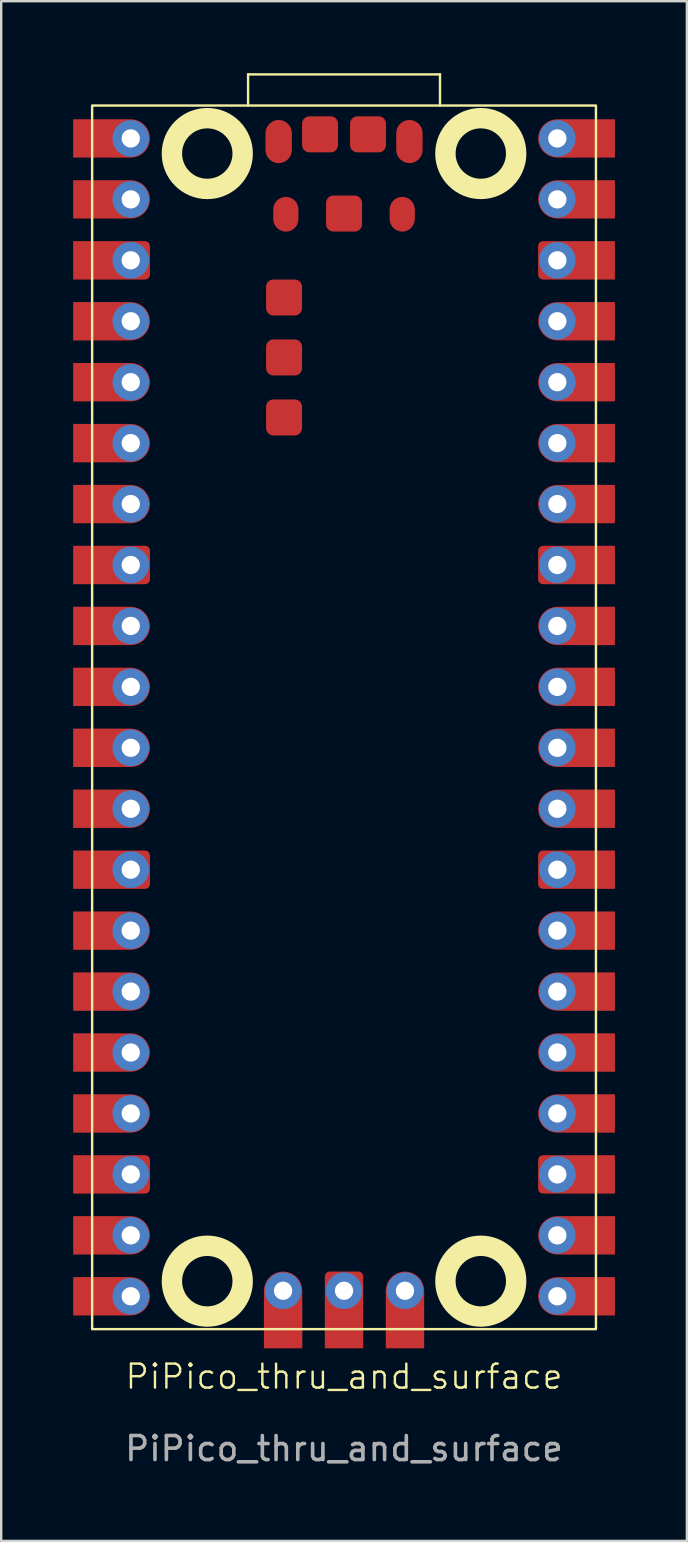
<source format=kicad_pcb>
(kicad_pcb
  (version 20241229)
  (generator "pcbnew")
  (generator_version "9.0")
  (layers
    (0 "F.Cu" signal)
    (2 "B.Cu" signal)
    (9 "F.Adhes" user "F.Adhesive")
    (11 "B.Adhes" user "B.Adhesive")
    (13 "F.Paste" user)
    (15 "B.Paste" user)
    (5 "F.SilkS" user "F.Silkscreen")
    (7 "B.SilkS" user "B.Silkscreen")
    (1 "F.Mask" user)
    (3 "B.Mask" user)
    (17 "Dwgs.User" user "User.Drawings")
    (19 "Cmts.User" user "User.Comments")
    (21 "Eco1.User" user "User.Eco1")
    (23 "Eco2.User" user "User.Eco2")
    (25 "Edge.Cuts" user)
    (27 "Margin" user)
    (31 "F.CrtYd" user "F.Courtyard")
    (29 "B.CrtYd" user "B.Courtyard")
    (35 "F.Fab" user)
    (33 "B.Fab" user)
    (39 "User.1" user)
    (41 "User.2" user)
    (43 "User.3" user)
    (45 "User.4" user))
  (footprint "PiPico_thru_and_surface"
    (layer "F.Cu")
    (at 11.29 26.85)
    (property "Reference" "PiPico_thru_and_surface" (at 0 27.48 0) (unlocked yes) (layer "F.SilkS") (effects (font (size 1 1) (thickness 0.1))))
    (attr through_hole)
    (fp_line (start -4 -26.8) (end 4 -26.8) (stroke (width 0.1) (type default)) (layer "F.SilkS"))
    (fp_line (start -4 -25.5) (end -4 -26.8) (stroke (width 0.1) (type default)) (layer "F.SilkS"))
    (fp_line (start 4 -26.8) (end 4 -25.5) (stroke (width 0.1) (type default)) (layer "F.SilkS"))
    (fp_rect (start -10.5 -25.5) (end 10.5 25.5) (stroke (width 0.1) (type default)) (fill no) (layer "F.SilkS"))
    (fp_circle (center -5.7 -23.5) (end -4.225 -23.5) (stroke (width 0.85) (type default)) (fill no) (layer "F.SilkS"))
    (fp_circle (center -5.7 23.5) (end -4.225 23.5) (stroke (width 0.85) (type default)) (fill no) (layer "F.SilkS"))
    (fp_circle (center 5.7 -23.5) (end 7.175 -23.5) (stroke (width 0.85) (type default)) (fill no) (layer "F.SilkS"))
    (fp_circle (center 5.7 23.5) (end 7.175 23.5) (stroke (width 0.85) (type default)) (fill no) (layer "F.SilkS"))
    (fp_text user "${REFERENCE}" (at 0 30.48 0) (unlocked yes) (layer "F.Fab") (effects (font (size 1 1) (thickness 0.15))))
    (pad "1" smd roundrect (at -9.69 -24.13) (size 3.2 1.6) (layers "F.Cu" "F.Mask" "F.Paste") (roundrect_rratio 0.5) (chamfer_ratio 0) (chamfer top_left bottom_left))
    (pad "1" thru_hole circle (at -8.89 -24.13) (size 1.524 1.524) (drill 0.762) (layers "*.Cu" "*.Mask"))
    (pad "2" smd roundrect (at -9.69 -21.59) (size 3.2 1.6) (layers "F.Cu" "F.Mask" "F.Paste") (roundrect_rratio 0.5) (chamfer_ratio 0) (chamfer top_left bottom_left))
    (pad "2" thru_hole circle (at -8.89 -21.59) (size 1.524 1.524) (drill 0.762) (layers "*.Cu" "*.Mask"))
    (pad "3" smd roundrect (at -9.69 -19.05) (size 3.2 1.6) (layers "F.Cu" "F.Mask" "F.Paste") (roundrect_rratio 0.125) (chamfer_ratio 0) (chamfer top_left bottom_left))
    (pad "3" thru_hole circle (at -8.89 -19.05) (size 1.524 1.524) (drill 0.762) (layers "*.Cu" "*.Mask"))
    (pad "4" smd roundrect (at -9.69 -16.51) (size 3.2 1.6) (layers "F.Cu" "F.Mask" "F.Paste") (roundrect_rratio 0.5) (chamfer_ratio 0) (chamfer top_left bottom_left))
    (pad "4" thru_hole circle (at -8.89 -16.51) (size 1.524 1.524) (drill 0.762) (layers "*.Cu" "*.Mask"))
    (pad "5" smd roundrect (at -9.69 -13.97) (size 3.2 1.6) (layers "F.Cu" "F.Mask" "F.Paste") (roundrect_rratio 0.5) (chamfer_ratio 0) (chamfer top_left bottom_left))
    (pad "5" thru_hole circle (at -8.89 -13.97) (size 1.524 1.524) (drill 0.762) (layers "*.Cu" "*.Mask"))
    (pad "6" smd roundrect (at -9.69 -11.43) (size 3.2 1.6) (layers "F.Cu" "F.Mask" "F.Paste") (roundrect_rratio 0.5) (chamfer_ratio 0) (chamfer top_left bottom_left))
    (pad "6" thru_hole circle (at -8.89 -11.43) (size 1.524 1.524) (drill 0.762) (layers "*.Cu" "*.Mask"))
    (pad "7" smd roundrect (at -9.69 -8.89) (size 3.2 1.6) (layers "F.Cu" "F.Mask" "F.Paste") (roundrect_rratio 0.5) (chamfer_ratio 0) (chamfer top_left bottom_left))
    (pad "7" thru_hole circle (at -8.89 -8.89) (size 1.524 1.524) (drill 0.762) (layers "*.Cu" "*.Mask"))
    (pad "8" smd roundrect (at -9.69 -6.35) (size 3.2 1.6) (layers "F.Cu" "F.Mask" "F.Paste") (roundrect_rratio 0.125) (chamfer_ratio 0) (chamfer top_left bottom_left))
    (pad "8" thru_hole circle (at -8.89 -6.35) (size 1.524 1.524) (drill 0.762) (layers "*.Cu" "*.Mask"))
    (pad "9" smd roundrect (at -9.69 -3.81) (size 3.2 1.6) (layers "F.Cu" "F.Mask" "F.Paste") (roundrect_rratio 0.5) (chamfer_ratio 0) (chamfer top_left bottom_left))
    (pad "9" thru_hole circle (at -8.89 -3.81) (size 1.524 1.524) (drill 0.762) (layers "*.Cu" "*.Mask"))
    (pad "10" smd roundrect (at -9.69 -1.27) (size 3.2 1.6) (layers "F.Cu" "F.Mask" "F.Paste") (roundrect_rratio 0.5) (chamfer_ratio 0) (chamfer top_left bottom_left))
    (pad "10" thru_hole circle (at -8.89 -1.27) (size 1.524 1.524) (drill 0.762) (layers "*.Cu" "*.Mask"))
    (pad "11" smd roundrect (at -9.69 1.27) (size 3.2 1.6) (layers "F.Cu" "F.Mask" "F.Paste") (roundrect_rratio 0.5) (chamfer_ratio 0) (chamfer top_left bottom_left))
    (pad "11" thru_hole circle (at -8.89 1.27) (size 1.524 1.524) (drill 0.762) (layers "*.Cu" "*.Mask"))
    (pad "12" smd roundrect (at -9.69 3.81) (size 3.2 1.6) (layers "F.Cu" "F.Mask" "F.Paste") (roundrect_rratio 0.5) (chamfer_ratio 0) (chamfer top_left bottom_left))
    (pad "12" thru_hole circle (at -8.89 3.81) (size 1.524 1.524) (drill 0.762) (layers "*.Cu" "*.Mask"))
    (pad "13" smd roundrect (at -9.69 6.35) (size 3.2 1.6) (layers "F.Cu" "F.Mask" "F.Paste") (roundrect_rratio 0.125) (chamfer_ratio 0) (chamfer top_left bottom_left))
    (pad "13" thru_hole circle (at -8.89 6.35) (size 1.524 1.524) (drill 0.762) (layers "*.Cu" "*.Mask"))
    (pad "14" smd roundrect (at -9.69 8.89) (size 3.2 1.6) (layers "F.Cu" "F.Mask" "F.Paste") (roundrect_rratio 0.5) (chamfer_ratio 0) (chamfer top_left bottom_left))
    (pad "14" thru_hole circle (at -8.89 8.89) (size 1.524 1.524) (drill 0.762) (layers "*.Cu" "*.Mask"))
    (pad "15" smd roundrect (at -9.69 11.43) (size 3.2 1.6) (layers "F.Cu" "F.Mask" "F.Paste") (roundrect_rratio 0.5) (chamfer_ratio 0) (chamfer top_left bottom_left))
    (pad "15" thru_hole circle (at -8.89 11.43) (size 1.524 1.524) (drill 0.762) (layers "*.Cu" "*.Mask"))
    (pad "16" smd roundrect (at -9.69 13.97) (size 3.2 1.6) (layers "F.Cu" "F.Mask" "F.Paste") (roundrect_rratio 0.5) (chamfer_ratio 0) (chamfer top_left bottom_left))
    (pad "16" thru_hole circle (at -8.89 13.97) (size 1.524 1.524) (drill 0.762) (layers "*.Cu" "*.Mask"))
    (pad "17" smd roundrect (at -9.69 16.51) (size 3.2 1.6) (layers "F.Cu" "F.Mask" "F.Paste") (roundrect_rratio 0.5) (chamfer_ratio 0) (chamfer top_left bottom_left))
    (pad "17" thru_hole circle (at -8.89 16.51) (size 1.524 1.524) (drill 0.762) (layers "*.Cu" "*.Mask"))
    (pad "18" smd roundrect (at -9.69 19.05) (size 3.2 1.6) (layers "F.Cu" "F.Mask" "F.Paste") (roundrect_rratio 0.125) (chamfer_ratio 0) (chamfer top_left bottom_left))
    (pad "18" thru_hole circle (at -8.89 19.05) (size 1.524 1.524) (drill 0.762) (layers "*.Cu" "*.Mask"))
    (pad "19" smd roundrect (at -9.69 21.59) (size 3.2 1.6) (layers "F.Cu" "F.Mask" "F.Paste") (roundrect_rratio 0.5) (chamfer_ratio 0) (chamfer top_left bottom_left))
    (pad "19" thru_hole circle (at -8.89 21.59) (size 1.524 1.524) (drill 0.762) (layers "*.Cu" "*.Mask"))
    (pad "20" smd roundrect (at -9.69 24.13) (size 3.2 1.6) (layers "F.Cu" "F.Mask" "F.Paste") (roundrect_rratio 0.5) (chamfer_ratio 0) (chamfer top_left bottom_left))
    (pad "20" thru_hole circle (at -8.89 24.13) (size 1.524 1.524) (drill 0.762) (layers "*.Cu" "*.Mask"))
    (pad "21" thru_hole circle (at 8.89 24.13) (size 1.524 1.524) (drill 0.762) (layers "*.Cu" "*.Mask"))
    (pad "21" smd roundrect (at 9.69 24.13 180) (size 3.2 1.6) (layers "F.Cu" "F.Mask" "F.Paste") (roundrect_rratio 0.5) (chamfer_ratio 0) (chamfer top_left bottom_left))
    (pad "22" thru_hole circle (at 8.89 21.59) (size 1.524 1.524) (drill 0.762) (layers "*.Cu" "*.Mask"))
    (pad "22" smd roundrect (at 9.69 21.59 180) (size 3.2 1.6) (layers "F.Cu" "F.Mask" "F.Paste") (roundrect_rratio 0.5) (chamfer_ratio 0) (chamfer top_left bottom_left))
    (pad "23" thru_hole circle (at 8.89 19.05) (size 1.524 1.524) (drill 0.762) (layers "*.Cu" "*.Mask"))
    (pad "23" smd roundrect (at 9.69 19.05 180) (size 3.2 1.6) (layers "F.Cu" "F.Mask" "F.Paste") (roundrect_rratio 0.125) (chamfer_ratio 0) (chamfer top_left bottom_left))
    (pad "24" thru_hole circle (at 8.89 16.51) (size 1.524 1.524) (drill 0.762) (layers "*.Cu" "*.Mask"))
    (pad "24" smd roundrect (at 9.69 16.51 180) (size 3.2 1.6) (layers "F.Cu" "F.Mask" "F.Paste") (roundrect_rratio 0.5) (chamfer_ratio 0) (chamfer top_left bottom_left))
    (pad "25" thru_hole circle (at 8.89 13.97) (size 1.524 1.524) (drill 0.762) (layers "*.Cu" "*.Mask"))
    (pad "25" smd roundrect (at 9.69 13.97 180) (size 3.2 1.6) (layers "F.Cu" "F.Mask" "F.Paste") (roundrect_rratio 0.5) (chamfer_ratio 0) (chamfer top_left bottom_left))
    (pad "26" thru_hole circle (at 8.89 11.43) (size 1.524 1.524) (drill 0.762) (layers "*.Cu" "*.Mask"))
    (pad "26" smd roundrect (at 9.69 11.43 180) (size 3.2 1.6) (layers "F.Cu" "F.Mask" "F.Paste") (roundrect_rratio 0.5) (chamfer_ratio 0) (chamfer top_left bottom_left))
    (pad "27" thru_hole circle (at 8.89 8.89) (size 1.524 1.524) (drill 0.762) (layers "*.Cu" "*.Mask"))
    (pad "27" smd roundrect (at 9.69 8.89 180) (size 3.2 1.6) (layers "F.Cu" "F.Mask" "F.Paste") (roundrect_rratio 0.5) (chamfer_ratio 0) (chamfer top_left bottom_left))
    (pad "28" thru_hole circle (at 8.89 6.35) (size 1.524 1.524) (drill 0.762) (layers "*.Cu" "*.Mask"))
    (pad "28" smd roundrect (at 9.69 6.35 180) (size 3.2 1.6) (layers "F.Cu" "F.Mask" "F.Paste") (roundrect_rratio 0.125) (chamfer_ratio 0) (chamfer top_left bottom_left))
    (pad "29" thru_hole circle (at 8.89 3.81) (size 1.524 1.524) (drill 0.762) (layers "*.Cu" "*.Mask"))
    (pad "29" smd roundrect (at 9.69 3.81 180) (size 3.2 1.6) (layers "F.Cu" "F.Mask" "F.Paste") (roundrect_rratio 0.5) (chamfer_ratio 0) (chamfer top_left bottom_left))
    (pad "30" thru_hole circle (at 8.89 1.27) (size 1.524 1.524) (drill 0.762) (layers "*.Cu" "*.Mask"))
    (pad "30" smd roundrect (at 9.69 1.27 180) (size 3.2 1.6) (layers "F.Cu" "F.Mask" "F.Paste") (roundrect_rratio 0.5) (chamfer_ratio 0) (chamfer top_left bottom_left))
    (pad "31" thru_hole circle (at 8.89 -1.27) (size 1.524 1.524) (drill 0.762) (layers "*.Cu" "*.Mask"))
    (pad "31" smd roundrect (at 9.69 -1.27 180) (size 3.2 1.6) (layers "F.Cu" "F.Mask" "F.Paste") (roundrect_rratio 0.5) (chamfer_ratio 0) (chamfer top_left bottom_left))
    (pad "32" thru_hole circle (at 8.89 -3.81) (size 1.524 1.524) (drill 0.762) (layers "*.Cu" "*.Mask"))
    (pad "32" smd roundrect (at 9.69 -3.81 180) (size 3.2 1.6) (layers "F.Cu" "F.Mask" "F.Paste") (roundrect_rratio 0.5) (chamfer_ratio 0) (chamfer top_left bottom_left))
    (pad "33" thru_hole circle (at 8.89 -6.35) (size 1.524 1.524) (drill 0.762) (layers "*.Cu" "*.Mask"))
    (pad "33" smd roundrect (at 9.69 -6.35 180) (size 3.2 1.6) (layers "F.Cu" "F.Mask" "F.Paste") (roundrect_rratio 0.125) (chamfer_ratio 0) (chamfer top_left bottom_left))
    (pad "34" thru_hole circle (at 8.89 -8.89) (size 1.524 1.524) (drill 0.762) (layers "*.Cu" "*.Mask"))
    (pad "34" smd roundrect (at 9.69 -8.89 180) (size 3.2 1.6) (layers "F.Cu" "F.Mask" "F.Paste") (roundrect_rratio 0.5) (chamfer_ratio 0) (chamfer top_left bottom_left))
    (pad "35" thru_hole circle (at 8.89 -11.43) (size 1.524 1.524) (drill 0.762) (layers "*.Cu" "*.Mask"))
    (pad "35" smd roundrect (at 9.69 -11.43 180) (size 3.2 1.6) (layers "F.Cu" "F.Mask" "F.Paste") (roundrect_rratio 0.5) (chamfer_ratio 0) (chamfer top_left bottom_left))
    (pad "36" thru_hole circle (at 8.89 -13.97) (size 1.524 1.524) (drill 0.762) (layers "*.Cu" "*.Mask"))
    (pad "36" smd roundrect (at 9.69 -13.97 180) (size 3.2 1.6) (layers "F.Cu" "F.Mask" "F.Paste") (roundrect_rratio 0.5) (chamfer_ratio 0) (chamfer top_left bottom_left))
    (pad "37" thru_hole circle (at 8.89 -16.51) (size 1.524 1.524) (drill 0.762) (layers "*.Cu" "*.Mask"))
    (pad "37" smd roundrect (at 9.69 -16.51 180) (size 3.2 1.6) (layers "F.Cu" "F.Mask" "F.Paste") (roundrect_rratio 0.5) (chamfer_ratio 0) (chamfer top_left bottom_left))
    (pad "38" thru_hole circle (at 8.89 -19.05) (size 1.524 1.524) (drill 0.762) (layers "*.Cu" "*.Mask"))
    (pad "38" smd roundrect (at 9.69 -19.05 180) (size 3.2 1.6) (layers "F.Cu" "F.Mask" "F.Paste") (roundrect_rratio 0.125) (chamfer_ratio 0) (chamfer top_left bottom_left))
    (pad "39" thru_hole circle (at 8.89 -21.59) (size 1.524 1.524) (drill 0.762) (layers "*.Cu" "*.Mask"))
    (pad "39" smd roundrect (at 9.69 -21.59 180) (size 3.2 1.6) (layers "F.Cu" "F.Mask" "F.Paste") (roundrect_rratio 0.5) (chamfer_ratio 0) (chamfer top_left bottom_left))
    (pad "40" thru_hole circle (at 8.89 -24.13) (size 1.524 1.524) (drill 0.762) (layers "*.Cu" "*.Mask"))
    (pad "40" smd roundrect (at 9.69 -24.13 180) (size 3.2 1.6) (layers "F.Cu" "F.Mask" "F.Paste") (roundrect_rratio 0.5) (chamfer_ratio 0) (chamfer top_left bottom_left))
    (pad "A" smd roundrect (at -2.725 -24) (size 1.1 1.8) (layers "F.Cu" "F.Mask" "F.Paste") (roundrect_rratio 0.5))
    (pad "B" smd roundrect (at 2.725 -24 180) (size 1.1 1.8) (layers "F.Cu" "F.Mask" "F.Paste") (roundrect_rratio 0.5))
    (pad "C" smd roundrect (at -2.425 -20.97) (size 1.05 1.45) (layers "F.Cu" "F.Mask" "F.Paste") (roundrect_rratio 0.5))
    (pad "D" smd roundrect (at 2.425 -20.97) (size 1.05 1.45) (layers "F.Cu" "F.Mask" "F.Paste") (roundrect_rratio 0.5))
    (pad "D1" thru_hole circle (at -2.54 23.9) (size 1.524 1.524) (drill 0.762) (layers "*.Cu" "*.Mask"))
    (pad "D1" smd roundrect (at -2.54 24.7 90) (size 3.2 1.6) (layers "F.Cu" "F.Mask" "F.Paste") (roundrect_rratio 0.5) (chamfer_ratio 0) (chamfer top_left bottom_left))
    (pad "D2" thru_hole circle (at 0 23.9) (size 1.524 1.524) (drill 0.762) (layers "*.Cu" "*.Mask"))
    (pad "D2" smd roundrect (at 0 24.7 90) (size 3.2 1.6) (layers "F.Cu" "F.Mask" "F.Paste") (roundrect_rratio 0.125) (chamfer_ratio 0) (chamfer top_left bottom_left))
    (pad "D3" thru_hole circle (at 2.54 23.9) (size 1.524 1.524) (drill 0.762) (layers "*.Cu" "*.Mask"))
    (pad "D3" smd roundrect (at 2.54 24.7 90) (size 3.2 1.6) (layers "F.Cu" "F.Mask" "F.Paste") (roundrect_rratio 0.5) (chamfer_ratio 0) (chamfer top_left bottom_left))
    (pad "TP1" smd roundrect (at 0 -21 90) (size 1.5 1.5) (layers "F.Cu" "F.Mask" "F.Paste") (roundrect_rratio 0.2))
    (pad "TP2" smd roundrect (at 1 -24.3 90) (size 1.5 1.5) (layers "F.Cu" "F.Mask" "F.Paste") (roundrect_rratio 0.2))
    (pad "TP3" smd roundrect (at -1 -24.3 90) (size 1.5 1.5) (layers "F.Cu" "F.Mask" "F.Paste") (roundrect_rratio 0.2))
    (pad "TP4" smd roundrect (at -2.5 -17.5 90) (size 1.5 1.5) (layers "F.Cu" "F.Mask" "F.Paste") (roundrect_rratio 0.2))
    (pad "TP5" smd roundrect (at -2.5 -15 90) (size 1.5 1.5) (layers "F.Cu" "F.Mask" "F.Paste") (roundrect_rratio 0.2))
    (pad "TP6" smd roundrect (at -2.5 -12.5 90) (size 1.5 1.5) (layers "F.Cu" "F.Mask" "F.Paste") (roundrect_rratio 0.2)))
  (gr_rect
    (start -3 -3)
    (end 25.58 61.178)
    (stroke (width 0.1) (type default))
    (fill no)
    (layer "Edge.Cuts")))
</source>
